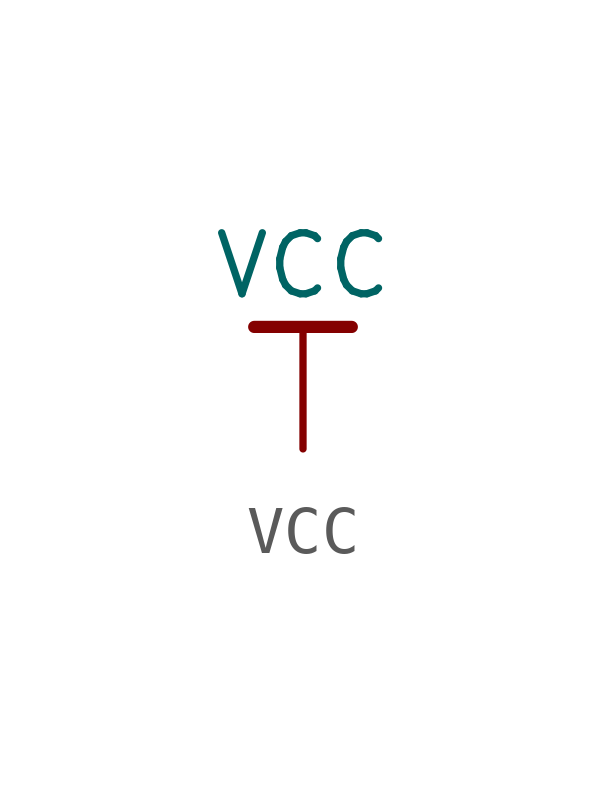
<source format=kicad_sym>
(kicad_symbol_lib
  (version 20211014)
  (generator kicad_symbol_editor)
  (symbol "VCC"
    (power)
    (pin_numbers hide)
    (pin_names
      (offset 0) hide)
    (property "Reference" "#PWR"
      (at 0 -1.905 0)
      (effects (font (size 1.27 1.27)) hide))
    (property "Value" "VCC"
      (at 0 3.81 0)
      (effects (font (size 1.27 1.27))))
    (symbol "VCC_0_1"
      (polyline (pts (xy -1.016 2.54) (xy 1.016 2.54)) (stroke (width 0.254) (type default) (color 0 0 0 0)) (fill (type none)))
      (polyline (pts (xy 0 2.54) (xy 0 0)) (stroke (width 0.152) (type default) (color 0 0 0 0)) (fill (type none))))
    (symbol "VCC_1_1"
      (pin power_in line (at 0 0 90) (length 0) hide (name "VCC" (effects (font (size 0.635 0.635)))) (number "1" (effects (font (size 0.635 0.635))))))))
</source>
